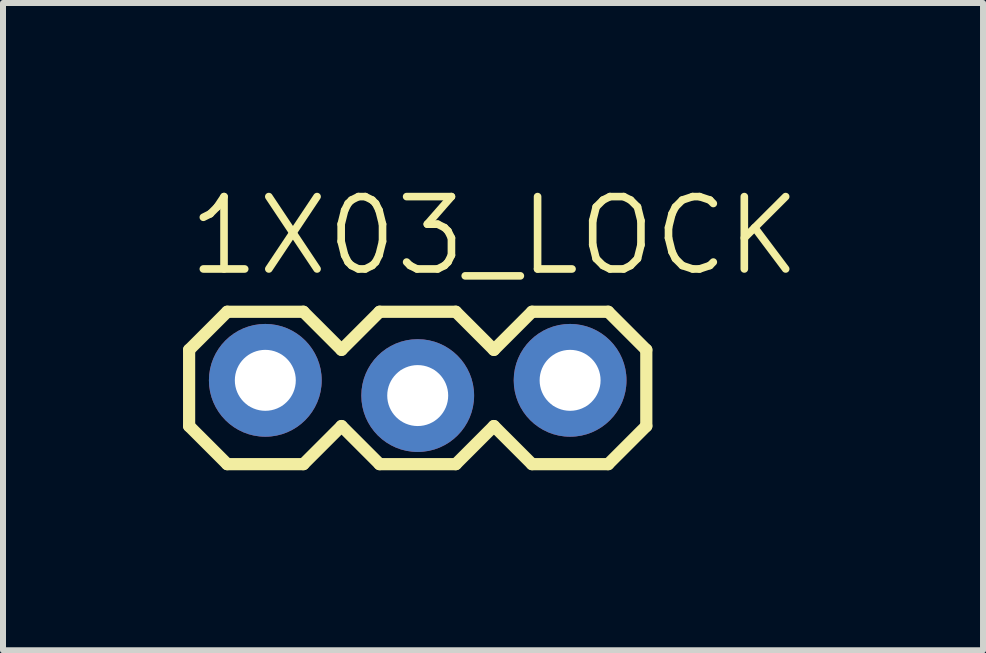
<source format=kicad_pcb>
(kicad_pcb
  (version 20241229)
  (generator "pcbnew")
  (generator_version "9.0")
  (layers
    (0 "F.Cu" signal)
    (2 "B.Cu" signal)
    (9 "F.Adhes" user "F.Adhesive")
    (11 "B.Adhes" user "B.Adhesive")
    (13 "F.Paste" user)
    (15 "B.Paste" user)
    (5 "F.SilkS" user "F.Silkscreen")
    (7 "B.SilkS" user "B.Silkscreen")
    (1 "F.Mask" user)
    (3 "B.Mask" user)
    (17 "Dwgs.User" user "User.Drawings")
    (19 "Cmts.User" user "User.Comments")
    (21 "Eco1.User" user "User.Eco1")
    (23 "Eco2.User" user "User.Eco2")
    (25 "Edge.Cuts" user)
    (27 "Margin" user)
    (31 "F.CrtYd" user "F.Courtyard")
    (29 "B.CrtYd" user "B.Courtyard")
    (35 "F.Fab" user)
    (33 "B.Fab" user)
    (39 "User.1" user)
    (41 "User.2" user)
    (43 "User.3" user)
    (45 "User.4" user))
  (footprint "1X03_LOCK"
    (layer "F.Cu")
    (at 1.372 3.416)
    (property "Reference" "1X03_LOCK" (at -1.346 -1.829 0) (layer "F.SilkS") (effects (font (size 1.206 1.206) (thickness 0.127)) (justify left bottom)))
    (attr through_hole)
    (fp_line (start -1.27 -0.635) (end -1.27 0.635) (stroke (width 0.203) (type solid)) (layer "F.SilkS"))
    (fp_line (start -1.27 0.635) (end -0.635 1.27) (stroke (width 0.203) (type solid)) (layer "F.SilkS"))
    (fp_line (start -0.635 -1.27) (end -1.27 -0.635) (stroke (width 0.203) (type solid)) (layer "F.SilkS"))
    (fp_line (start -0.635 -1.27) (end 0.635 -1.27) (stroke (width 0.203) (type solid)) (layer "F.SilkS"))
    (fp_line (start 0.635 -1.27) (end 1.27 -0.635) (stroke (width 0.203) (type solid)) (layer "F.SilkS"))
    (fp_line (start 0.635 1.27) (end -0.635 1.27) (stroke (width 0.203) (type solid)) (layer "F.SilkS"))
    (fp_line (start 1.27 -0.635) (end 1.905 -1.27) (stroke (width 0.203) (type solid)) (layer "F.SilkS"))
    (fp_line (start 1.27 0.635) (end 0.635 1.27) (stroke (width 0.203) (type solid)) (layer "F.SilkS"))
    (fp_line (start 1.905 -1.27) (end 3.175 -1.27) (stroke (width 0.203) (type solid)) (layer "F.SilkS"))
    (fp_line (start 1.905 1.27) (end 1.27 0.635) (stroke (width 0.203) (type solid)) (layer "F.SilkS"))
    (fp_line (start 3.175 -1.27) (end 3.81 -0.635) (stroke (width 0.203) (type solid)) (layer "F.SilkS"))
    (fp_line (start 3.175 1.27) (end 1.905 1.27) (stroke (width 0.203) (type solid)) (layer "F.SilkS"))
    (fp_line (start 3.81 -0.635) (end 4.445 -1.27) (stroke (width 0.203) (type solid)) (layer "F.SilkS"))
    (fp_line (start 3.81 0.635) (end 3.175 1.27) (stroke (width 0.203) (type solid)) (layer "F.SilkS"))
    (fp_line (start 4.445 -1.27) (end 5.715 -1.27) (stroke (width 0.203) (type solid)) (layer "F.SilkS"))
    (fp_line (start 4.445 1.27) (end 3.81 0.635) (stroke (width 0.203) (type solid)) (layer "F.SilkS"))
    (fp_line (start 5.715 -1.27) (end 6.35 -0.635) (stroke (width 0.203) (type solid)) (layer "F.SilkS"))
    (fp_line (start 5.715 1.27) (end 4.445 1.27) (stroke (width 0.203) (type solid)) (layer "F.SilkS"))
    (fp_line (start 6.35 -0.635) (end 6.35 0.635) (stroke (width 0.203) (type solid)) (layer "F.SilkS"))
    (fp_line (start 6.35 0.635) (end 5.715 1.27) (stroke (width 0.203) (type solid)) (layer "F.SilkS"))
    (fp_poly (pts (xy -0.254 0.254) (xy 0.254 0.254) (xy 0.254 -0.254) (xy -0.254 -0.254)) (stroke (width 0.1) (type solid)) (fill no) (layer "F.Fab"))
    (fp_poly (pts (xy 2.286 0.254) (xy 2.794 0.254) (xy 2.794 -0.254) (xy 2.286 -0.254)) (stroke (width 0.1) (type solid)) (fill no) (layer "F.Fab"))
    (fp_poly (pts (xy 4.826 0.254) (xy 5.334 0.254) (xy 5.334 -0.254) (xy 4.826 -0.254)) (stroke (width 0.1) (type solid)) (fill no) (layer "F.Fab"))
    (pad "1" thru_hole circle (at 0 -0.127 90) (size 1.88 1.88) (drill 1.016) (layers "*.Cu" "*.Mask"))
    (pad "2" thru_hole circle (at 2.54 0.127 90) (size 1.88 1.88) (drill 1.016) (layers "*.Cu" "*.Mask"))
    (pad "3" thru_hole circle (at 5.08 -0.127 90) (size 1.88 1.88) (drill 1.016) (layers "*.Cu" "*.Mask")))
  (gr_rect
    (start -3 -3)
    (end 13.334 7.788)
    (stroke (width 0.1) (type default))
    (fill no)
    (layer "Edge.Cuts")))
</source>
